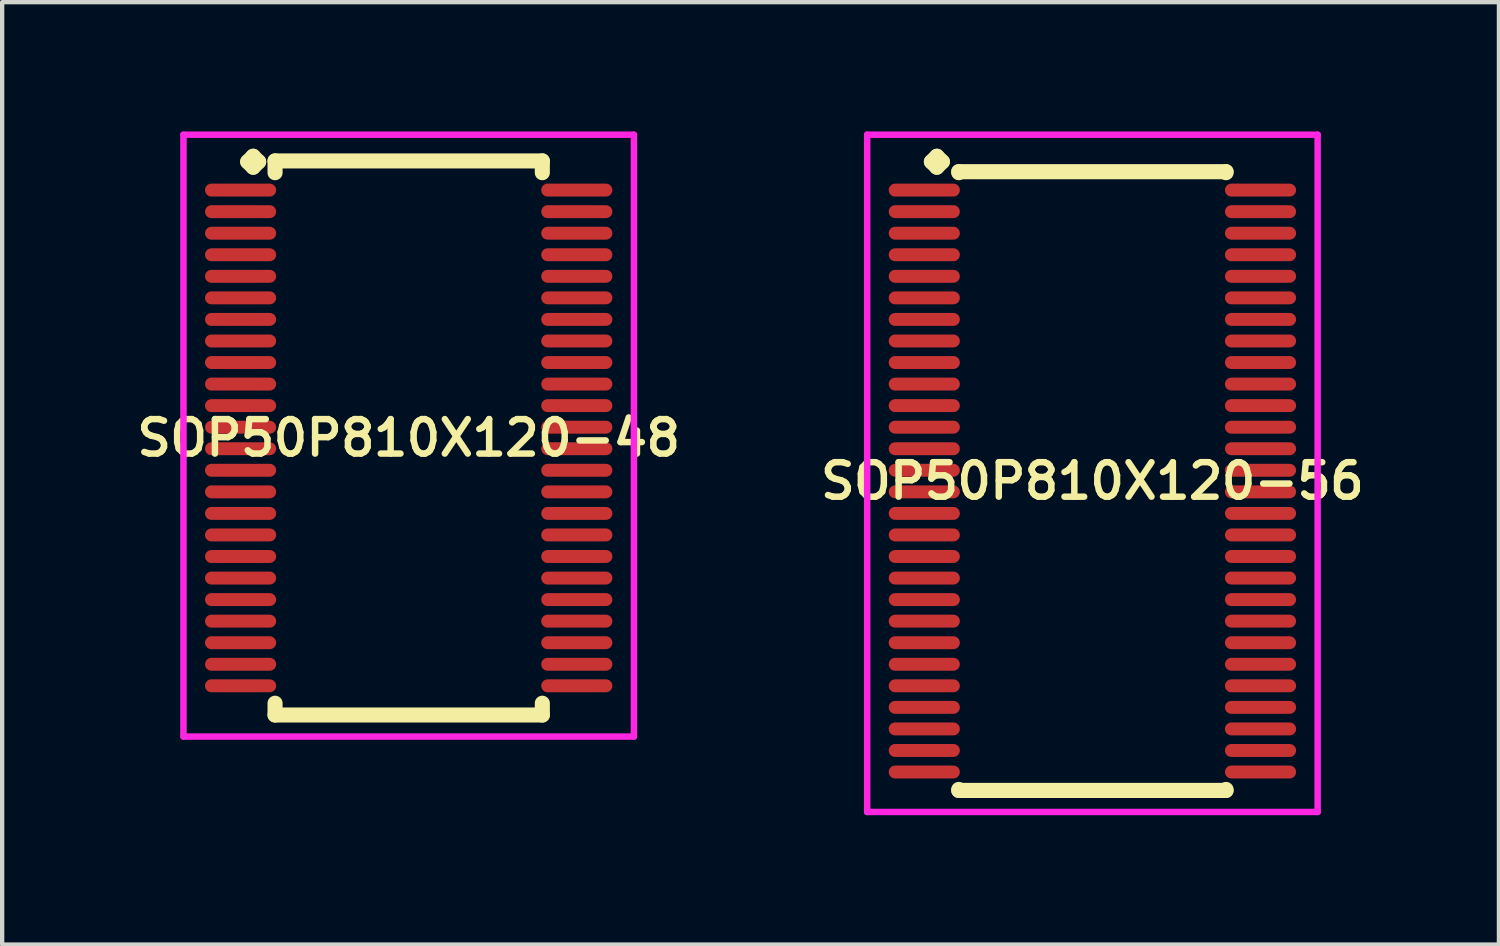
<source format=kicad_pcb>
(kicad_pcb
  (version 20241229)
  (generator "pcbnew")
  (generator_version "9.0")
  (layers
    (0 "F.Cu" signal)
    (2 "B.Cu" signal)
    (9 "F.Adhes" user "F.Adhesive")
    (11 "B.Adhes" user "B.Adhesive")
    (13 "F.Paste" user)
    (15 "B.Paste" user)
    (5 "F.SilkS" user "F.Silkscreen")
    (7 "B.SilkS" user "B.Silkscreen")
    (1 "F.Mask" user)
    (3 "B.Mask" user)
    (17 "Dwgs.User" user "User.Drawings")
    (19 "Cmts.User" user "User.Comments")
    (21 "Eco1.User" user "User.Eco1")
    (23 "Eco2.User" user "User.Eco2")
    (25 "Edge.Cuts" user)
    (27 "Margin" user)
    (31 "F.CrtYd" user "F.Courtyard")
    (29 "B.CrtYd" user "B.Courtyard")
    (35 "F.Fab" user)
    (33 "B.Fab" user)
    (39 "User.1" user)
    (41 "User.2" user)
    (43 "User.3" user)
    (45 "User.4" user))
  (footprint "SOP50P810X120-48"
    (layer "F.Cu")
    (at 6.431 7.11)
    (property "Reference" "SOP50P810X120-48" (at 0 0 0) (layer "F.SilkS") (effects (font (size 0.8 0.8) (thickness 0.15))))
    (attr smd)
    (fp_line (start -3.735 -6.408) (end -3.608 -6.535) (stroke (width 0.35) (type solid)) (layer "F.SilkS"))
    (fp_line (start -3.608 -6.535) (end -3.481 -6.408) (stroke (width 0.35) (type solid)) (layer "F.SilkS"))
    (fp_line (start -3.608 -6.281) (end -3.735 -6.408) (stroke (width 0.35) (type solid)) (layer "F.SilkS"))
    (fp_line (start -3.481 -6.408) (end -3.608 -6.281) (stroke (width 0.35) (type solid)) (layer "F.SilkS"))
    (fp_line (start -3.1 -6.427) (end 3.1 -6.427) (stroke (width 0.35) (type solid)) (layer "F.SilkS"))
    (fp_line (start -3.1 -6.154) (end -3.1 -6.427) (stroke (width 0.35) (type solid)) (layer "F.SilkS"))
    (fp_line (start -3.1 6.154) (end -3.1 6.427) (stroke (width 0.35) (type solid)) (layer "F.SilkS"))
    (fp_line (start -3.1 6.427) (end 3.1 6.427) (stroke (width 0.35) (type solid)) (layer "F.SilkS"))
    (fp_line (start 3.1 -6.427) (end 3.1 -6.154) (stroke (width 0.35) (type solid)) (layer "F.SilkS"))
    (fp_line (start 3.1 6.427) (end 3.1 6.154) (stroke (width 0.35) (type solid)) (layer "F.SilkS"))
    (fp_line (start -5.225 -7.035) (end 5.225 -7.035) (stroke (width 0.15) (type solid)) (layer "F.CrtYd"))
    (fp_line (start -5.225 6.927) (end -5.225 -7.035) (stroke (width 0.15) (type solid)) (layer "F.CrtYd"))
    (fp_line (start 5.225 -7.035) (end 5.225 6.927) (stroke (width 0.15) (type solid)) (layer "F.CrtYd"))
    (fp_line (start 5.225 6.927) (end -5.225 6.927) (stroke (width 0.15) (type solid)) (layer "F.CrtYd"))
    (pad "1" smd oval (at -3.9 -5.75) (size 1.65 0.3) (layers "F.Cu" "F.Mask" "F.Paste"))
    (pad "2" smd oval (at -3.9 -5.25) (size 1.65 0.3) (layers "F.Cu" "F.Mask" "F.Paste"))
    (pad "3" smd oval (at -3.9 -4.75) (size 1.65 0.3) (layers "F.Cu" "F.Mask" "F.Paste"))
    (pad "4" smd oval (at -3.9 -4.25) (size 1.65 0.3) (layers "F.Cu" "F.Mask" "F.Paste"))
    (pad "5" smd oval (at -3.9 -3.75) (size 1.65 0.3) (layers "F.Cu" "F.Mask" "F.Paste"))
    (pad "6" smd oval (at -3.9 -3.25) (size 1.65 0.3) (layers "F.Cu" "F.Mask" "F.Paste"))
    (pad "7" smd oval (at -3.9 -2.75) (size 1.65 0.3) (layers "F.Cu" "F.Mask" "F.Paste"))
    (pad "8" smd oval (at -3.9 -2.25) (size 1.65 0.3) (layers "F.Cu" "F.Mask" "F.Paste"))
    (pad "9" smd oval (at -3.9 -1.75) (size 1.65 0.3) (layers "F.Cu" "F.Mask" "F.Paste"))
    (pad "10" smd oval (at -3.9 -1.25) (size 1.65 0.3) (layers "F.Cu" "F.Mask" "F.Paste"))
    (pad "11" smd oval (at -3.9 -0.75) (size 1.65 0.3) (layers "F.Cu" "F.Mask" "F.Paste"))
    (pad "12" smd oval (at -3.9 -0.25) (size 1.65 0.3) (layers "F.Cu" "F.Mask" "F.Paste"))
    (pad "13" smd oval (at -3.9 0.25) (size 1.65 0.3) (layers "F.Cu" "F.Mask" "F.Paste"))
    (pad "14" smd oval (at -3.9 0.75) (size 1.65 0.3) (layers "F.Cu" "F.Mask" "F.Paste"))
    (pad "15" smd oval (at -3.9 1.25) (size 1.65 0.3) (layers "F.Cu" "F.Mask" "F.Paste"))
    (pad "16" smd oval (at -3.9 1.75) (size 1.65 0.3) (layers "F.Cu" "F.Mask" "F.Paste"))
    (pad "17" smd oval (at -3.9 2.25) (size 1.65 0.3) (layers "F.Cu" "F.Mask" "F.Paste"))
    (pad "18" smd oval (at -3.9 2.75) (size 1.65 0.3) (layers "F.Cu" "F.Mask" "F.Paste"))
    (pad "19" smd oval (at -3.9 3.25) (size 1.65 0.3) (layers "F.Cu" "F.Mask" "F.Paste"))
    (pad "20" smd oval (at -3.9 3.75) (size 1.65 0.3) (layers "F.Cu" "F.Mask" "F.Paste"))
    (pad "21" smd oval (at -3.9 4.25) (size 1.65 0.3) (layers "F.Cu" "F.Mask" "F.Paste"))
    (pad "22" smd oval (at -3.9 4.75) (size 1.65 0.3) (layers "F.Cu" "F.Mask" "F.Paste"))
    (pad "23" smd oval (at -3.9 5.25) (size 1.65 0.3) (layers "F.Cu" "F.Mask" "F.Paste"))
    (pad "24" smd oval (at -3.9 5.75) (size 1.65 0.3) (layers "F.Cu" "F.Mask" "F.Paste"))
    (pad "25" smd oval (at 3.9 5.75) (size 1.65 0.3) (layers "F.Cu" "F.Mask" "F.Paste"))
    (pad "26" smd oval (at 3.9 5.25) (size 1.65 0.3) (layers "F.Cu" "F.Mask" "F.Paste"))
    (pad "27" smd oval (at 3.9 4.75) (size 1.65 0.3) (layers "F.Cu" "F.Mask" "F.Paste"))
    (pad "28" smd oval (at 3.9 4.25) (size 1.65 0.3) (layers "F.Cu" "F.Mask" "F.Paste"))
    (pad "29" smd oval (at 3.9 3.75) (size 1.65 0.3) (layers "F.Cu" "F.Mask" "F.Paste"))
    (pad "30" smd oval (at 3.9 3.25) (size 1.65 0.3) (layers "F.Cu" "F.Mask" "F.Paste"))
    (pad "31" smd oval (at 3.9 2.75) (size 1.65 0.3) (layers "F.Cu" "F.Mask" "F.Paste"))
    (pad "32" smd oval (at 3.9 2.25) (size 1.65 0.3) (layers "F.Cu" "F.Mask" "F.Paste"))
    (pad "33" smd oval (at 3.9 1.75) (size 1.65 0.3) (layers "F.Cu" "F.Mask" "F.Paste"))
    (pad "34" smd oval (at 3.9 1.25) (size 1.65 0.3) (layers "F.Cu" "F.Mask" "F.Paste"))
    (pad "35" smd oval (at 3.9 0.75) (size 1.65 0.3) (layers "F.Cu" "F.Mask" "F.Paste"))
    (pad "36" smd oval (at 3.9 0.25) (size 1.65 0.3) (layers "F.Cu" "F.Mask" "F.Paste"))
    (pad "37" smd oval (at 3.9 -0.25) (size 1.65 0.3) (layers "F.Cu" "F.Mask" "F.Paste"))
    (pad "38" smd oval (at 3.9 -0.75) (size 1.65 0.3) (layers "F.Cu" "F.Mask" "F.Paste"))
    (pad "39" smd oval (at 3.9 -1.25) (size 1.65 0.3) (layers "F.Cu" "F.Mask" "F.Paste"))
    (pad "40" smd oval (at 3.9 -1.75) (size 1.65 0.3) (layers "F.Cu" "F.Mask" "F.Paste"))
    (pad "41" smd oval (at 3.9 -2.25) (size 1.65 0.3) (layers "F.Cu" "F.Mask" "F.Paste"))
    (pad "42" smd oval (at 3.9 -2.75) (size 1.65 0.3) (layers "F.Cu" "F.Mask" "F.Paste"))
    (pad "43" smd oval (at 3.9 -3.25) (size 1.65 0.3) (layers "F.Cu" "F.Mask" "F.Paste"))
    (pad "44" smd oval (at 3.9 -3.75) (size 1.65 0.3) (layers "F.Cu" "F.Mask" "F.Paste"))
    (pad "45" smd oval (at 3.9 -4.25) (size 1.65 0.3) (layers "F.Cu" "F.Mask" "F.Paste"))
    (pad "46" smd oval (at 3.9 -4.75) (size 1.65 0.3) (layers "F.Cu" "F.Mask" "F.Paste"))
    (pad "47" smd oval (at 3.9 -5.25) (size 1.65 0.3) (layers "F.Cu" "F.Mask" "F.Paste"))
    (pad "48" smd oval (at 3.9 -5.75) (size 1.65 0.3) (layers "F.Cu" "F.Mask" "F.Paste")))
  (footprint "SOP50P810X120-56"
    (layer "F.Cu")
    (at 22.292 8.11)
    (property "Reference" "SOP50P810X120-56" (at 0 0 0) (layer "F.SilkS") (effects (font (size 0.8 0.8) (thickness 0.15))))
    (attr smd)
    (fp_line (start -3.735 -7.408) (end -3.608 -7.535) (stroke (width 0.35) (type solid)) (layer "F.SilkS"))
    (fp_line (start -3.608 -7.535) (end -3.481 -7.408) (stroke (width 0.35) (type solid)) (layer "F.SilkS"))
    (fp_line (start -3.608 -7.281) (end -3.735 -7.408) (stroke (width 0.35) (type solid)) (layer "F.SilkS"))
    (fp_line (start -3.481 -7.408) (end -3.608 -7.281) (stroke (width 0.35) (type solid)) (layer "F.SilkS"))
    (fp_line (start -3.1 -7.177) (end 3.1 -7.177) (stroke (width 0.35) (type solid)) (layer "F.SilkS"))
    (fp_line (start -3.1 -7.154) (end -3.1 -7.177) (stroke (width 0.35) (type solid)) (layer "F.SilkS"))
    (fp_line (start -3.1 7.154) (end -3.1 7.177) (stroke (width 0.35) (type solid)) (layer "F.SilkS"))
    (fp_line (start -3.1 7.177) (end 3.1 7.177) (stroke (width 0.35) (type solid)) (layer "F.SilkS"))
    (fp_line (start 3.1 -7.177) (end 3.1 -7.154) (stroke (width 0.35) (type solid)) (layer "F.SilkS"))
    (fp_line (start 3.1 7.177) (end 3.1 7.154) (stroke (width 0.35) (type solid)) (layer "F.SilkS"))
    (fp_line (start -5.225 -8.035) (end 5.225 -8.035) (stroke (width 0.15) (type solid)) (layer "F.CrtYd"))
    (fp_line (start -5.225 7.677) (end -5.225 -8.035) (stroke (width 0.15) (type solid)) (layer "F.CrtYd"))
    (fp_line (start 5.225 -8.035) (end 5.225 7.677) (stroke (width 0.15) (type solid)) (layer "F.CrtYd"))
    (fp_line (start 5.225 7.677) (end -5.225 7.677) (stroke (width 0.15) (type solid)) (layer "F.CrtYd"))
    (pad "1" smd oval (at -3.9 -6.75) (size 1.65 0.3) (layers "F.Cu" "F.Mask" "F.Paste"))
    (pad "2" smd oval (at -3.9 -6.25) (size 1.65 0.3) (layers "F.Cu" "F.Mask" "F.Paste"))
    (pad "3" smd oval (at -3.9 -5.75) (size 1.65 0.3) (layers "F.Cu" "F.Mask" "F.Paste"))
    (pad "4" smd oval (at -3.9 -5.25) (size 1.65 0.3) (layers "F.Cu" "F.Mask" "F.Paste"))
    (pad "5" smd oval (at -3.9 -4.75) (size 1.65 0.3) (layers "F.Cu" "F.Mask" "F.Paste"))
    (pad "6" smd oval (at -3.9 -4.25) (size 1.65 0.3) (layers "F.Cu" "F.Mask" "F.Paste"))
    (pad "7" smd oval (at -3.9 -3.75) (size 1.65 0.3) (layers "F.Cu" "F.Mask" "F.Paste"))
    (pad "8" smd oval (at -3.9 -3.25) (size 1.65 0.3) (layers "F.Cu" "F.Mask" "F.Paste"))
    (pad "9" smd oval (at -3.9 -2.75) (size 1.65 0.3) (layers "F.Cu" "F.Mask" "F.Paste"))
    (pad "10" smd oval (at -3.9 -2.25) (size 1.65 0.3) (layers "F.Cu" "F.Mask" "F.Paste"))
    (pad "11" smd oval (at -3.9 -1.75) (size 1.65 0.3) (layers "F.Cu" "F.Mask" "F.Paste"))
    (pad "12" smd oval (at -3.9 -1.25) (size 1.65 0.3) (layers "F.Cu" "F.Mask" "F.Paste"))
    (pad "13" smd oval (at -3.9 -0.75) (size 1.65 0.3) (layers "F.Cu" "F.Mask" "F.Paste"))
    (pad "14" smd oval (at -3.9 -0.25) (size 1.65 0.3) (layers "F.Cu" "F.Mask" "F.Paste"))
    (pad "15" smd oval (at -3.9 0.25) (size 1.65 0.3) (layers "F.Cu" "F.Mask" "F.Paste"))
    (pad "16" smd oval (at -3.9 0.75) (size 1.65 0.3) (layers "F.Cu" "F.Mask" "F.Paste"))
    (pad "17" smd oval (at -3.9 1.25) (size 1.65 0.3) (layers "F.Cu" "F.Mask" "F.Paste"))
    (pad "18" smd oval (at -3.9 1.75) (size 1.65 0.3) (layers "F.Cu" "F.Mask" "F.Paste"))
    (pad "19" smd oval (at -3.9 2.25) (size 1.65 0.3) (layers "F.Cu" "F.Mask" "F.Paste"))
    (pad "20" smd oval (at -3.9 2.75) (size 1.65 0.3) (layers "F.Cu" "F.Mask" "F.Paste"))
    (pad "21" smd oval (at -3.9 3.25) (size 1.65 0.3) (layers "F.Cu" "F.Mask" "F.Paste"))
    (pad "22" smd oval (at -3.9 3.75) (size 1.65 0.3) (layers "F.Cu" "F.Mask" "F.Paste"))
    (pad "23" smd oval (at -3.9 4.25) (size 1.65 0.3) (layers "F.Cu" "F.Mask" "F.Paste"))
    (pad "24" smd oval (at -3.9 4.75) (size 1.65 0.3) (layers "F.Cu" "F.Mask" "F.Paste"))
    (pad "25" smd oval (at -3.9 5.25) (size 1.65 0.3) (layers "F.Cu" "F.Mask" "F.Paste"))
    (pad "26" smd oval (at -3.9 5.75) (size 1.65 0.3) (layers "F.Cu" "F.Mask" "F.Paste"))
    (pad "27" smd oval (at -3.9 6.25) (size 1.65 0.3) (layers "F.Cu" "F.Mask" "F.Paste"))
    (pad "28" smd oval (at -3.9 6.75) (size 1.65 0.3) (layers "F.Cu" "F.Mask" "F.Paste"))
    (pad "29" smd oval (at 3.9 6.75) (size 1.65 0.3) (layers "F.Cu" "F.Mask" "F.Paste"))
    (pad "30" smd oval (at 3.9 6.25) (size 1.65 0.3) (layers "F.Cu" "F.Mask" "F.Paste"))
    (pad "31" smd oval (at 3.9 5.75) (size 1.65 0.3) (layers "F.Cu" "F.Mask" "F.Paste"))
    (pad "32" smd oval (at 3.9 5.25) (size 1.65 0.3) (layers "F.Cu" "F.Mask" "F.Paste"))
    (pad "33" smd oval (at 3.9 4.75) (size 1.65 0.3) (layers "F.Cu" "F.Mask" "F.Paste"))
    (pad "34" smd oval (at 3.9 4.25) (size 1.65 0.3) (layers "F.Cu" "F.Mask" "F.Paste"))
    (pad "35" smd oval (at 3.9 3.75) (size 1.65 0.3) (layers "F.Cu" "F.Mask" "F.Paste"))
    (pad "36" smd oval (at 3.9 3.25) (size 1.65 0.3) (layers "F.Cu" "F.Mask" "F.Paste"))
    (pad "37" smd oval (at 3.9 2.75) (size 1.65 0.3) (layers "F.Cu" "F.Mask" "F.Paste"))
    (pad "38" smd oval (at 3.9 2.25) (size 1.65 0.3) (layers "F.Cu" "F.Mask" "F.Paste"))
    (pad "39" smd oval (at 3.9 1.75) (size 1.65 0.3) (layers "F.Cu" "F.Mask" "F.Paste"))
    (pad "40" smd oval (at 3.9 1.25) (size 1.65 0.3) (layers "F.Cu" "F.Mask" "F.Paste"))
    (pad "41" smd oval (at 3.9 0.75) (size 1.65 0.3) (layers "F.Cu" "F.Mask" "F.Paste"))
    (pad "42" smd oval (at 3.9 0.25) (size 1.65 0.3) (layers "F.Cu" "F.Mask" "F.Paste"))
    (pad "43" smd oval (at 3.9 -0.25) (size 1.65 0.3) (layers "F.Cu" "F.Mask" "F.Paste"))
    (pad "44" smd oval (at 3.9 -0.75) (size 1.65 0.3) (layers "F.Cu" "F.Mask" "F.Paste"))
    (pad "45" smd oval (at 3.9 -1.25) (size 1.65 0.3) (layers "F.Cu" "F.Mask" "F.Paste"))
    (pad "46" smd oval (at 3.9 -1.75) (size 1.65 0.3) (layers "F.Cu" "F.Mask" "F.Paste"))
    (pad "47" smd oval (at 3.9 -2.25) (size 1.65 0.3) (layers "F.Cu" "F.Mask" "F.Paste"))
    (pad "48" smd oval (at 3.9 -2.75) (size 1.65 0.3) (layers "F.Cu" "F.Mask" "F.Paste"))
    (pad "49" smd oval (at 3.9 -3.25) (size 1.65 0.3) (layers "F.Cu" "F.Mask" "F.Paste"))
    (pad "50" smd oval (at 3.9 -3.75) (size 1.65 0.3) (layers "F.Cu" "F.Mask" "F.Paste"))
    (pad "51" smd oval (at 3.9 -4.25) (size 1.65 0.3) (layers "F.Cu" "F.Mask" "F.Paste"))
    (pad "52" smd oval (at 3.9 -4.75) (size 1.65 0.3) (layers "F.Cu" "F.Mask" "F.Paste"))
    (pad "53" smd oval (at 3.9 -5.25) (size 1.65 0.3) (layers "F.Cu" "F.Mask" "F.Paste"))
    (pad "54" smd oval (at 3.9 -5.75) (size 1.65 0.3) (layers "F.Cu" "F.Mask" "F.Paste"))
    (pad "55" smd oval (at 3.9 -6.25) (size 1.65 0.3) (layers "F.Cu" "F.Mask" "F.Paste"))
    (pad "56" smd oval (at 3.9 -6.75) (size 1.65 0.3) (layers "F.Cu" "F.Mask" "F.Paste")))
  (gr_rect
    (start -3 -3)
    (end 31.723 18.862)
    (stroke (width 0.1) (type default))
    (fill no)
    (layer "Edge.Cuts")))
</source>
